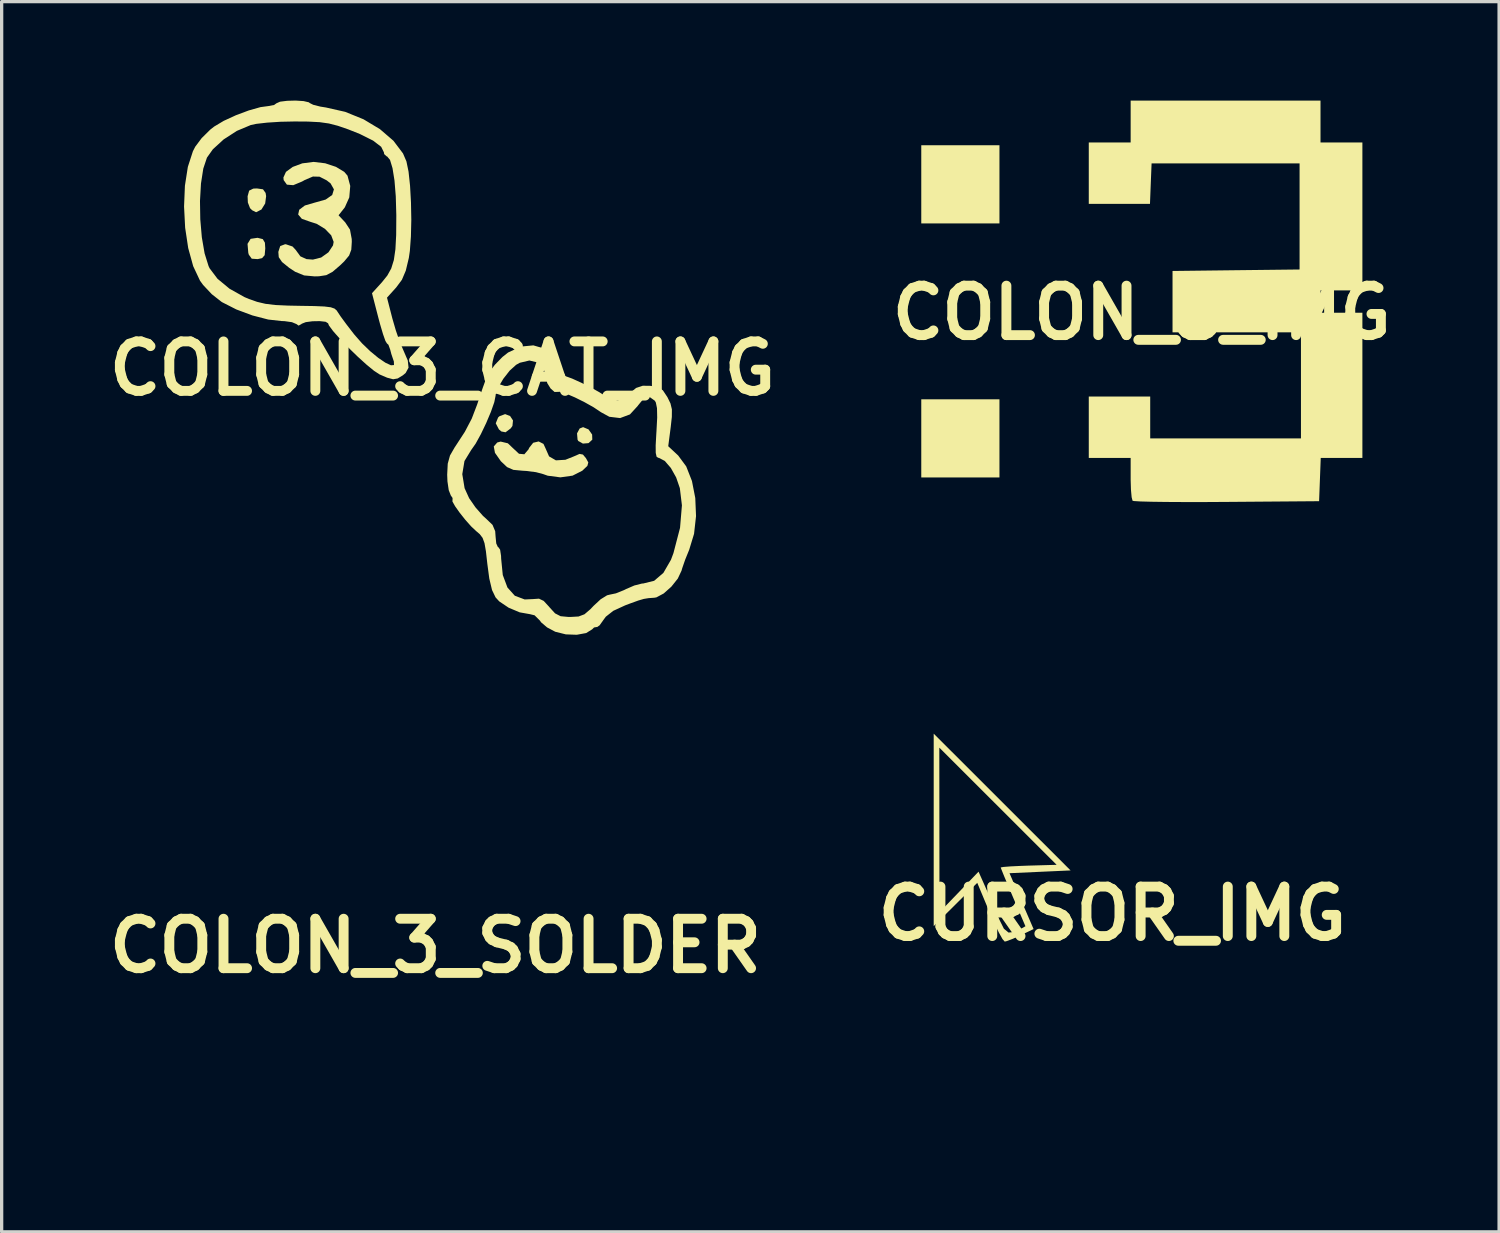
<source format=kicad_pcb>
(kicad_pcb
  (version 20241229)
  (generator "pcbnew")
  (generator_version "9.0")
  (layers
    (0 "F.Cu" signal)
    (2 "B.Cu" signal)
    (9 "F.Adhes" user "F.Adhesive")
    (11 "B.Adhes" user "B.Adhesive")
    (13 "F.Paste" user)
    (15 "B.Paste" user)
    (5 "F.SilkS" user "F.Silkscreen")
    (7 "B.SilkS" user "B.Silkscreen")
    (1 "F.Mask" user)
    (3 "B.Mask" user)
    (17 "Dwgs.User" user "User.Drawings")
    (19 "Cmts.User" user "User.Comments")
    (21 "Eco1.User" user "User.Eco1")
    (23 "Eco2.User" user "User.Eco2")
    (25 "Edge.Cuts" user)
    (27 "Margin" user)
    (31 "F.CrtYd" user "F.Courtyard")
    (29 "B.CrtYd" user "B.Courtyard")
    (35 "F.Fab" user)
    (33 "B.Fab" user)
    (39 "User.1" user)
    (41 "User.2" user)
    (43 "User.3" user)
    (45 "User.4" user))
  (footprint "COLON_3_CAT_IMG"
    (layer "F.Cu")
    (at 10.371 8.126)
    (property "Reference" "COLON_3_CAT_IMG" (at 0 0 0) (layer "F.SilkS") (effects (font (size 1.5 1.5) (thickness 0.3))))
    (attr board_only exclude_from_pos_files exclude_from_bom)
    (fp_poly (pts (xy 4.428 1.847) (xy 4.537 2.003) (xy 4.542 2.158) (xy 4.427 2.263) (xy 4.257 2.277) (xy 4.117 2.199) (xy 4.095 2.159) (xy 4.079 1.967) (xy 4.159 1.819) (xy 4.263 1.778)) (stroke (width 0) (type solid)) (fill yes) (layer "F.SilkS"))
    (fp_poly (pts (xy 2.049 1.441) (xy 2.137 1.575) (xy 2.12 1.742) (xy 2.065 1.818) (xy 1.911 1.934) (xy 1.783 1.909) (xy 1.71 1.846) (xy 1.614 1.662) (xy 1.685 1.486) (xy 1.725 1.448) (xy 1.898 1.383)) (stroke (width 0) (type solid)) (fill yes) (layer "F.SilkS"))
    (fp_poly (pts (xy -5.61 -3.964) (xy -5.451 -3.924) (xy -5.387 -3.816) (xy -5.376 -3.641) (xy -5.394 -3.437) (xy -5.473 -3.347) (xy -5.606 -3.318) (xy -5.786 -3.33) (xy -5.875 -3.452) (xy -5.891 -3.508) (xy -5.914 -3.781) (xy -5.82 -3.933) (xy -5.61 -3.964)) (stroke (width 0) (type solid)) (fill yes) (layer "F.SilkS"))
    (fp_poly (pts (xy -5.445 -5.435) (xy -5.366 -5.325) (xy -5.35 -5.228) (xy -5.379 -5.005) (xy -5.492 -4.822) (xy -5.648 -4.742) (xy -5.656 -4.741) (xy -5.773 -4.799) (xy -5.838 -4.863) (xy -5.904 -5.034) (xy -5.912 -5.223) (xy -5.865 -5.394) (xy -5.74 -5.456) (xy -5.63 -5.461)) (stroke (width 0) (type solid)) (fill yes) (layer "F.SilkS"))
    (fp_poly (pts (xy 3.061 2.286) (xy 3.12 2.413) (xy 3.231 2.665) (xy 3.438 2.785) (xy 3.726 2.768) (xy 3.979 2.667) (xy 4.155 2.59) (xy 4.258 2.61) (xy 4.35 2.72) (xy 4.421 2.849) (xy 4.393 2.952) (xy 4.249 3.09) (xy 4.236 3.101) (xy 3.944 3.249) (xy 3.574 3.301) (xy 3.191 3.251) (xy 3.048 3.201) (xy 2.834 3.144) (xy 2.544 3.107) (xy 2.427 3.1) (xy 2.149 3.074) (xy 1.957 2.99) (xy 1.769 2.812) (xy 1.766 2.808) (xy 1.59 2.557) (xy 1.554 2.364) (xy 1.659 2.244) (xy 1.762 2.216) (xy 1.981 2.268) (xy 2.127 2.407) (xy 2.319 2.586) (xy 2.481 2.601) (xy 2.608 2.452) (xy 2.627 2.407) (xy 2.749 2.252) (xy 2.915 2.212)) (stroke (width 0) (type solid)) (fill yes) (layer "F.SilkS"))
    (fp_poly (pts (xy -3.558 -6.224) (xy -3.233 -6.116) (xy -2.981 -5.964) (xy -2.882 -5.848) (xy -2.799 -5.537) (xy -2.828 -5.19) (xy -2.962 -4.89) (xy -2.973 -4.875) (xy -3.153 -4.647) (xy -2.952 -4.433) (xy -2.807 -4.213) (xy -2.754 -3.927) (xy -2.752 -3.839) (xy -2.767 -3.604) (xy -2.833 -3.427) (xy -2.984 -3.246) (xy -3.108 -3.127) (xy -3.337 -2.931) (xy -3.526 -2.831) (xy -3.747 -2.797) (xy -3.879 -2.794) (xy -4.198 -2.823) (xy -4.468 -2.933) (xy -4.649 -3.052) (xy -4.868 -3.23) (xy -4.967 -3.376) (xy -4.98 -3.538) (xy -4.979 -3.539) (xy -4.923 -3.713) (xy -4.781 -3.767) (xy -4.751 -3.768) (xy -4.549 -3.7) (xy -4.454 -3.598) (xy -4.311 -3.402) (xy -4.127 -3.318) (xy -3.931 -3.303) (xy -3.681 -3.366) (xy -3.459 -3.525) (xy -3.322 -3.733) (xy -3.302 -3.84) (xy -3.376 -4.038) (xy -3.565 -4.235) (xy -3.82 -4.389) (xy -4.006 -4.448) (xy -4.267 -4.54) (xy -4.378 -4.671) (xy -4.346 -4.815) (xy -4.175 -4.944) (xy -3.876 -5.031) (xy -3.544 -5.124) (xy -3.346 -5.263) (xy -3.294 -5.433) (xy -3.395 -5.613) (xy -3.511 -5.705) (xy -3.73 -5.817) (xy -3.931 -5.822) (xy -4.178 -5.717) (xy -4.26 -5.671) (xy -4.527 -5.56) (xy -4.72 -5.576) (xy -4.818 -5.713) (xy -4.826 -5.793) (xy -4.748 -5.964) (xy -4.543 -6.114) (xy -4.253 -6.222) (xy -3.92 -6.265) (xy -3.902 -6.265)) (stroke (width 0) (type solid)) (fill yes) (layer "F.SilkS"))
    (fp_poly (pts (xy -4.214 -8.11) (xy -4.054 -8.073) (xy -4.027 -8.051) (xy -3.922 -7.998) (xy -3.705 -7.943) (xy -3.535 -7.916) (xy -2.952 -7.784) (xy -2.396 -7.558) (xy -1.898 -7.259) (xy -1.489 -6.907) (xy -1.199 -6.523) (xy -1.095 -6.281) (xy -1.031 -5.972) (xy -0.985 -5.543) (xy -0.957 -5.039) (xy -0.947 -4.511) (xy -0.959 -4.004) (xy -0.991 -3.566) (xy -1.022 -3.354) (xy -1.114 -2.969) (xy -1.232 -2.691) (xy -1.406 -2.457) (xy -1.41 -2.453) (xy -1.684 -2.149) (xy -1.522 -1.519) (xy -1.417 -1.157) (xy -1.298 -0.811) (xy -1.189 -0.556) (xy -1.188 -0.554) (xy -1.054 -0.243) (xy -1.031 -0.025) (xy -1.119 0.136) (xy -1.204 0.207) (xy -1.36 0.302) (xy -1.499 0.326) (xy -1.681 0.278) (xy -1.908 0.18) (xy -2.073 0.073) (xy -2.306 -0.118) (xy -2.577 -0.364) (xy -2.855 -0.634) (xy -3.113 -0.901) (xy -3.319 -1.135) (xy -3.446 -1.307) (xy -3.471 -1.371) (xy -3.545 -1.417) (xy -3.723 -1.437) (xy -3.945 -1.433) (xy -4.148 -1.406) (xy -4.272 -1.357) (xy -4.28 -1.347) (xy -4.365 -1.301) (xy -4.429 -1.347) (xy -4.567 -1.405) (xy -4.797 -1.437) (xy -4.876 -1.439) (xy -5.286 -1.485) (xy -5.767 -1.61) (xy -6.253 -1.791) (xy -6.678 -2.007) (xy -6.711 -2.028) (xy -6.997 -2.253) (xy -7.261 -2.533) (xy -7.356 -2.665) (xy -7.562 -3.103) (xy -7.713 -3.652) (xy -7.806 -4.269) (xy -7.839 -4.914) (xy -7.832 -5.082) (xy -7.356 -5.082) (xy -7.347 -4.524) (xy -7.3 -3.979) (xy -7.216 -3.492) (xy -7.096 -3.107) (xy -7.064 -3.039) (xy -6.825 -2.722) (xy -6.46 -2.42) (xy -6.007 -2.166) (xy -5.87 -2.108) (xy -5.621 -2.021) (xy -5.371 -1.962) (xy -5.074 -1.926) (xy -4.685 -1.908) (xy -4.328 -1.901) (xy -3.886 -1.894) (xy -3.584 -1.881) (xy -3.39 -1.857) (xy -3.275 -1.817) (xy -3.208 -1.758) (xy -3.185 -1.721) (xy -3.088 -1.576) (xy -2.918 -1.344) (xy -2.709 -1.073) (xy -2.672 -1.026) (xy -2.441 -0.763) (xy -2.192 -0.523) (xy -1.948 -0.322) (xy -1.731 -0.175) (xy -1.564 -0.098) (xy -1.472 -0.105) (xy -1.476 -0.213) (xy -1.483 -0.233) (xy -1.553 -0.44) (xy -1.587 -0.572) (xy -1.641 -0.72) (xy -1.687 -0.762) (xy -1.733 -0.838) (xy -1.805 -1.043) (xy -1.893 -1.34) (xy -1.942 -1.523) (xy -2.139 -2.284) (xy -1.836 -2.618) (xy -1.674 -2.82) (xy -1.556 -3.033) (xy -1.477 -3.288) (xy -1.429 -3.616) (xy -1.406 -4.048) (xy -1.402 -4.616) (xy -1.402 -4.657) (xy -1.418 -5.221) (xy -1.457 -5.701) (xy -1.517 -6.076) (xy -1.593 -6.327) (xy -1.682 -6.433) (xy -1.697 -6.435) (xy -1.77 -6.503) (xy -1.778 -6.556) (xy -1.861 -6.724) (xy -2.105 -6.911) (xy -2.505 -7.111) (xy -2.858 -7.252) (xy -3.174 -7.361) (xy -3.446 -7.431) (xy -3.729 -7.471) (xy -4.078 -7.489) (xy -4.487 -7.492) (xy -4.917 -7.483) (xy -5.32 -7.457) (xy -5.646 -7.42) (xy -5.813 -7.385) (xy -6.237 -7.207) (xy -6.638 -6.948) (xy -6.966 -6.648) (xy -7.145 -6.395) (xy -7.256 -6.062) (xy -7.326 -5.61) (xy -7.356 -5.082) (xy -7.832 -5.082) (xy -7.813 -5.543) (xy -7.724 -6.115) (xy -7.571 -6.588) (xy -7.5 -6.727) (xy -7.305 -6.987) (xy -7.044 -7.245) (xy -6.927 -7.337) (xy -6.636 -7.511) (xy -6.266 -7.681) (xy -5.875 -7.827) (xy -5.521 -7.927) (xy -5.283 -7.959) (xy -5.109 -7.992) (xy -5.038 -8.043) (xy -4.928 -8.092) (xy -4.713 -8.119) (xy -4.454 -8.126)) (stroke (width 0) (type solid)) (fill yes) (layer "F.SilkS"))
    (fp_poly (pts (xy 3.096 -0.602) (xy 3.368 -0.374) (xy 3.524 -0.08) (xy 3.617 0.118) (xy 3.723 0.23) (xy 3.735 0.234) (xy 3.932 0.306) (xy 4.21 0.432) (xy 4.506 0.58) (xy 4.754 0.718) (xy 4.826 0.764) (xy 5.106 0.928) (xy 5.32 0.967) (xy 5.519 0.881) (xy 5.663 0.759) (xy 5.872 0.589) (xy 6.071 0.523) (xy 6.288 0.524) (xy 6.53 0.562) (xy 6.683 0.662) (xy 6.819 0.867) (xy 6.913 1.059) (xy 6.956 1.239) (xy 6.954 1.469) (xy 6.921 1.771) (xy 6.845 2.357) (xy 7.147 2.639) (xy 7.39 2.968) (xy 7.564 3.411) (xy 7.665 3.928) (xy 7.688 4.476) (xy 7.628 5.014) (xy 7.48 5.499) (xy 7.475 5.511) (xy 7.36 5.794) (xy 7.269 6.057) (xy 7.248 6.131) (xy 7.135 6.371) (xy 6.939 6.617) (xy 6.707 6.823) (xy 6.486 6.941) (xy 6.422 6.952) (xy 6.25 6.964) (xy 6.107 6.987) (xy 5.939 7.036) (xy 5.692 7.125) (xy 5.539 7.183) (xy 5.178 7.349) (xy 4.951 7.528) (xy 4.875 7.632) (xy 4.764 7.788) (xy 4.686 7.843) (xy 4.678 7.839) (xy 4.595 7.854) (xy 4.538 7.91) (xy 4.356 8.023) (xy 4.071 8.075) (xy 3.739 8.063) (xy 3.417 7.983) (xy 3.414 7.981) (xy 3.171 7.852) (xy 2.989 7.697) (xy 2.955 7.647) (xy 2.792 7.485) (xy 2.654 7.451) (xy 2.34 7.395) (xy 2.004 7.254) (xy 1.719 7.062) (xy 1.608 6.941) (xy 1.501 6.718) (xy 1.418 6.369) (xy 1.358 5.919) (xy 1.316 5.544) (xy 1.273 5.297) (xy 1.215 5.137) (xy 1.128 5.023) (xy 1.019 4.93) (xy 0.868 4.788) (xy 0.693 4.591) (xy 0.521 4.375) (xy 0.381 4.177) (xy 0.3 4.033) (xy 0.303 3.979) (xy 0.304 3.927) (xy 0.25 3.848) (xy 0.188 3.689) (xy 0.149 3.422) (xy 0.141 3.217) (xy 0.142 3.204) (xy 0.599 3.204) (xy 0.669 3.63) (xy 0.806 3.932) (xy 1 4.212) (xy 1.225 4.468) (xy 1.323 4.556) (xy 1.516 4.742) (xy 1.597 4.934) (xy 1.609 5.101) (xy 1.629 5.305) (xy 1.678 5.413) (xy 1.693 5.419) (xy 1.746 5.494) (xy 1.775 5.683) (xy 1.778 5.769) (xy 1.827 6.263) (xy 1.969 6.642) (xy 2.193 6.892) (xy 2.492 7.004) (xy 2.741 6.993) (xy 2.925 6.98) (xy 3.068 7.048) (xy 3.233 7.227) (xy 3.242 7.239) (xy 3.413 7.426) (xy 3.58 7.512) (xy 3.823 7.535) (xy 3.875 7.535) (xy 4.125 7.521) (xy 4.304 7.454) (xy 4.483 7.301) (xy 4.582 7.197) (xy 4.795 6.999) (xy 4.99 6.878) (xy 5.071 6.858) (xy 5.258 6.819) (xy 5.502 6.721) (xy 5.566 6.689) (xy 5.818 6.58) (xy 6.047 6.522) (xy 6.09 6.519) (xy 6.418 6.438) (xy 6.698 6.198) (xy 6.927 5.802) (xy 7.003 5.599) (xy 7.203 4.832) (xy 7.26 4.15) (xy 7.197 3.628) (xy 7.085 3.303) (xy 6.923 3.015) (xy 6.74 2.803) (xy 6.564 2.711) (xy 6.544 2.709) (xy 6.492 2.676) (xy 6.466 2.559) (xy 6.464 2.332) (xy 6.484 1.966) (xy 6.488 1.907) (xy 6.51 1.485) (xy 6.504 1.202) (xy 6.469 1.031) (xy 6.437 0.976) (xy 6.272 0.858) (xy 6.105 0.905) (xy 5.93 1.119) (xy 5.919 1.136) (xy 5.684 1.392) (xy 5.386 1.503) (xy 5.059 1.464) (xy 4.808 1.327) (xy 4.582 1.176) (xy 4.304 1.02) (xy 4.014 0.876) (xy 3.755 0.765) (xy 3.567 0.706) (xy 3.497 0.709) (xy 3.398 0.712) (xy 3.278 0.607) (xy 3.176 0.443) (xy 3.133 0.269) (xy 3.133 0.269) (xy 3.065 -0.006) (xy 2.887 -0.182) (xy 2.634 -0.243) (xy 2.343 -0.174) (xy 2.232 -0.112) (xy 2.037 0.064) (xy 1.843 0.312) (xy 1.688 0.574) (xy 1.611 0.792) (xy 1.609 0.825) (xy 1.57 1.02) (xy 1.468 1.312) (xy 1.325 1.651) (xy 1.163 1.99) (xy 1.004 2.279) (xy 0.871 2.469) (xy 0.868 2.473) (xy 0.665 2.806) (xy 0.599 3.204) (xy 0.142 3.204) (xy 0.158 2.886) (xy 0.226 2.639) (xy 0.368 2.392) (xy 0.388 2.363) (xy 0.677 1.919) (xy 0.885 1.522) (xy 1.047 1.099) (xy 1.061 1.058) (xy 1.149 0.791) (xy 1.222 0.579) (xy 1.248 0.508) (xy 1.297 0.372) (xy 1.307 0.339) (xy 1.401 0.136) (xy 1.586 -0.112) (xy 1.816 -0.349) (xy 1.988 -0.485) (xy 2.376 -0.665) (xy 2.755 -0.702)) (stroke (width 0) (type solid)) (fill yes) (layer "F.SilkS")))
  (footprint "CURSOR_IMG"
    (layer "F.Cu")
    (at 30.686 24.66)
    (property "Reference" "CURSOR_IMG" (at 0 0 0) (layer "F.SilkS") (effects (font (size 1.5 1.5) (thickness 0.3))))
    (attr board_only exclude_from_pos_files exclude_from_bom)
    (fp_poly (pts (xy -3.343 -3.386) (xy -1.268 -1.312) (xy -2.194 -1.27) (xy -3.12 -1.228) (xy -2.755 -0.381) (xy -2.39 0.466) (xy -2.782 0.655) (xy -3.024 0.764) (xy -3.208 0.833) (xy -3.265 0.846) (xy -3.331 0.772) (xy -3.443 0.573) (xy -3.585 0.279) (xy -3.726 -0.045) (xy -4.098 -0.936) (xy -4.758 -0.279) (xy -5.419 0.377) (xy -5.419 -2.541) (xy -5.419 -5.036) (xy -5.249 -5.036) (xy -5.247 -2.539) (xy -5.244 -0.042) (xy -4.651 -0.658) (xy -4.059 -1.274) (xy -3.823 -0.743) (xy -3.67 -0.393) (xy -3.517 -0.036) (xy -3.423 0.19) (xy -3.29 0.456) (xy -3.149 0.572) (xy -2.967 0.554) (xy -2.821 0.484) (xy -2.637 0.381) (xy -3.012 -0.495) (xy -3.161 -0.847) (xy -3.283 -1.137) (xy -3.362 -1.333) (xy -3.387 -1.402) (xy -3.308 -1.417) (xy -3.096 -1.434) (xy -2.786 -1.449) (xy -2.539 -1.458) (xy -1.691 -1.482) (xy -3.47 -3.259) (xy -5.249 -5.036) (xy -5.419 -5.036) (xy -5.419 -5.46)) (stroke (width 0) (type solid)) (fill yes) (layer "F.SilkS")))
  (footprint "COLON_3_IMG"
    (layer "F.Cu")
    (at 31.579 6.435)
    (property "Reference" "COLON_3_IMG" (at 0 0 0) (layer "F.SilkS") (effects (font (size 1.5 1.5) (thickness 0.3))))
    (attr board_only exclude_from_pos_files exclude_from_bom)
    (fp_poly (pts (xy -4.318 -3.895) (xy -4.318 -2.709) (xy -5.503 -2.709) (xy -6.689 -2.709) (xy -6.689 -3.895) (xy -6.689 -5.08) (xy -5.503 -5.08) (xy -4.318 -5.08)) (stroke (width 0) (type solid)) (fill yes) (layer "F.SilkS"))
    (fp_poly (pts (xy -4.318 3.81) (xy -4.318 4.995) (xy -5.503 4.995) (xy -6.689 4.995) (xy -6.689 3.81) (xy -6.689 2.625) (xy -5.503 2.625) (xy -4.318 2.625)) (stroke (width 0) (type solid)) (fill yes) (layer "F.SilkS"))
    (fp_poly (pts (xy 5.419 -5.8) (xy 5.419 -5.165) (xy 6.054 -5.165) (xy 6.689 -5.165) (xy 6.689 -2.921) (xy 6.689 -0.677) (xy 6.054 -0.677) (xy 5.419 -0.677) (xy 5.419 -0.339) (xy 5.419 0) (xy 6.054 0) (xy 6.689 0) (xy 6.689 2.201) (xy 6.689 4.403) (xy 6.057 4.403) (xy 5.426 4.403) (xy 5.401 5.059) (xy 5.376 5.715) (xy 2.576 5.737) (xy 1.904 5.741) (xy 1.286 5.741) (xy 0.743 5.738) (xy 0.295 5.732) (xy -0.038 5.723) (xy -0.235 5.711) (xy -0.281 5.702) (xy -0.309 5.595) (xy -0.33 5.365) (xy -0.339 5.061) (xy -0.339 5.024) (xy -0.339 4.403) (xy -0.974 4.403) (xy -1.609 4.403) (xy -1.609 3.471) (xy -1.609 2.54) (xy -0.677 2.54) (xy 0.254 2.54) (xy 0.254 3.175) (xy 0.254 3.81) (xy 2.54 3.81) (xy 4.826 3.81) (xy 4.826 2.201) (xy 4.826 0.593) (xy 2.879 0.593) (xy 0.931 0.593) (xy 0.931 -0.337) (xy 0.931 -1.267) (xy 2.857 -1.29) (xy 4.784 -1.312) (xy 4.784 -2.921) (xy 4.784 -4.53) (xy 2.54 -4.53) (xy 0.296 -4.53) (xy 0.271 -3.916) (xy 0.247 -3.302) (xy -0.681 -3.302) (xy -1.609 -3.302) (xy -1.609 -4.233) (xy -1.609 -5.165) (xy -0.974 -5.165) (xy -0.339 -5.165) (xy -0.339 -5.8) (xy -0.339 -6.435) (xy 2.54 -6.435) (xy 5.419 -6.435)) (stroke (width 0) (type solid)) (fill yes) (layer "F.SilkS")))
  (footprint "COLON_3_SOLDER"
    (layer "F.Cu")
    (at 10.157 25.635)
    (property "Reference" "COLON_3_SOLDER" (at 0 0 0) (layer "F.SilkS") (effects (font (size 1.5 1.5) (thickness 0.3))))
    (attr board_only exclude_from_pos_files exclude_from_bom)
    (fp_poly (pts (xy -4.318 -3.895) (xy -4.318 -2.794) (xy -5.495 -2.794) (xy -6.671 -2.794) (xy -6.684 -3.895) (xy -6.696 -4.995) (xy -5.507 -4.995) (xy -4.318 -4.995)) (stroke (width 0) (type solid)) (fill yes) (layer "F.Mask"))
    (fp_poly (pts (xy -4.318 3.81) (xy -4.318 4.911) (xy -5.506 4.911) (xy -6.693 4.911) (xy -6.683 3.81) (xy -6.673 2.709) (xy -5.496 2.709) (xy -4.318 2.709)) (stroke (width 0) (type solid)) (fill yes) (layer "F.Mask"))
    (fp_poly (pts (xy 5.334 -5.757) (xy 5.334 -5.08) (xy 6.011 -5.08) (xy 6.689 -5.08) (xy 6.689 -2.921) (xy 6.689 -0.762) (xy 6.007 -0.762) (xy 5.325 -0.762) (xy 5.351 -0.36) (xy 5.376 0.042) (xy 6.032 0.067) (xy 6.689 0.092) (xy 6.689 2.247) (xy 6.689 4.403) (xy 6.011 4.403) (xy 5.334 4.403) (xy 5.334 5.038) (xy 5.334 5.673) (xy 2.54 5.673) (xy -0.254 5.673) (xy -0.254 5.038) (xy -0.254 4.403) (xy -0.931 4.403) (xy -1.609 4.403) (xy -1.609 3.514) (xy -1.609 2.625) (xy -0.699 2.625) (xy 0.212 2.624) (xy 0.212 3.238) (xy 0.212 3.852) (xy 2.519 3.875) (xy 4.826 3.897) (xy 4.826 2.203) (xy 4.826 0.508) (xy 2.921 0.508) (xy 1.016 0.508) (xy 1.016 -0.381) (xy 1.016 -1.27) (xy 2.921 -1.27) (xy 4.826 -1.27) (xy 4.826 -2.922) (xy 4.826 -4.575) (xy 2.519 -4.552) (xy 0.212 -4.53) (xy 0.212 -3.916) (xy 0.212 -3.302) (xy -0.699 -3.302) (xy -1.609 -3.302) (xy -1.609 -4.191) (xy -1.609 -5.08) (xy -0.931 -5.08) (xy -0.254 -5.08) (xy -0.254 -5.757) (xy -0.254 -6.435) (xy 2.54 -6.435) (xy 5.334 -6.435)) (stroke (width 0) (type solid)) (fill yes) (layer "F.Mask")))
  (gr_rect
    (start -3 -3)
    (end 42.414 34.308)
    (stroke (width 0.1) (type default))
    (fill no)
    (layer "Edge.Cuts")))
</source>
